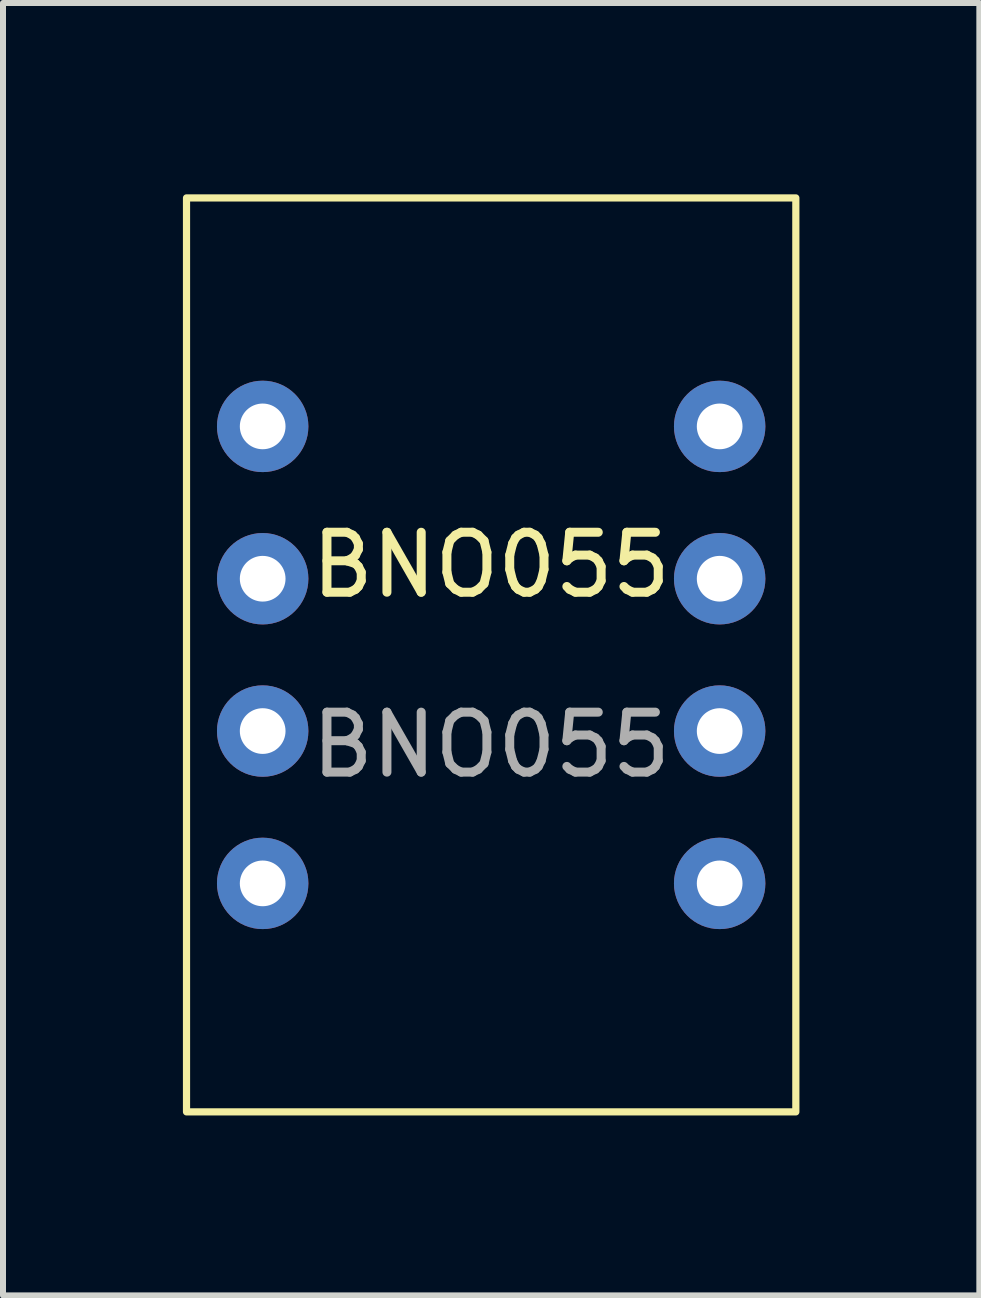
<source format=kicad_pcb>
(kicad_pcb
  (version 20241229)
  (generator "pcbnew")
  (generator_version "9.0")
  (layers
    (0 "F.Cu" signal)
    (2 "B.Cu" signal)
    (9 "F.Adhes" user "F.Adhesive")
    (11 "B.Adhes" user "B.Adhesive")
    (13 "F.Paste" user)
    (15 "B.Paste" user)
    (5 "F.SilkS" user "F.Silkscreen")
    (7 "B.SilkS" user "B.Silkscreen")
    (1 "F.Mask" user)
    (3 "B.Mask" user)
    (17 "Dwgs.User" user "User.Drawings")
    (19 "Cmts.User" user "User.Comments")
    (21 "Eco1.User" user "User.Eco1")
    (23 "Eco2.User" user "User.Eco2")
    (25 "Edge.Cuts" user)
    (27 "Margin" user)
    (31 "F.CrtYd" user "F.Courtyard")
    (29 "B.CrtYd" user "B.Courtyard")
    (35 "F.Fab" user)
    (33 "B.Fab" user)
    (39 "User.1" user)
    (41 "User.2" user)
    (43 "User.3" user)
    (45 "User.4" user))
  (footprint "BNO055"
    (layer "F.Cu")
    (at 5.14 0.25)
    (property "Reference" "BNO055" (at 0 6.12 0) (unlocked yes) (layer "F.SilkS") (effects (font (size 1 1) (thickness 0.15))))
    (attr through_hole)
    (fp_rect (start -5.08 15.24) (end 5.08 0) (stroke (width 0.12) (type solid)) (fill no) (layer "F.SilkS"))
    (fp_text user "${REFERENCE}" (at 0 9.12 0) (unlocked yes) (layer "F.Fab") (effects (font (size 1 1) (thickness 0.15))))
    (pad "1" thru_hole circle (at -3.81 3.81) (size 1.524 1.524) (drill 0.762) (layers "*.Cu" "*.Mask"))
    (pad "2" thru_hole circle (at -3.81 6.35) (size 1.524 1.524) (drill 0.762) (layers "*.Cu" "*.Mask"))
    (pad "3" thru_hole circle (at -3.81 8.89) (size 1.524 1.524) (drill 0.762) (layers "*.Cu" "*.Mask"))
    (pad "4" thru_hole circle (at -3.81 11.43) (size 1.524 1.524) (drill 0.762) (layers "*.Cu" "*.Mask"))
    (pad "5" thru_hole circle (at 3.81 3.81) (size 1.524 1.524) (drill 0.762) (layers "*.Cu" "*.Mask"))
    (pad "6" thru_hole circle (at 3.81 6.35) (size 1.524 1.524) (drill 0.762) (layers "*.Cu" "*.Mask"))
    (pad "7" thru_hole circle (at 3.81 8.89) (size 1.524 1.524) (drill 0.762) (layers "*.Cu" "*.Mask"))
    (pad "8" thru_hole circle (at 3.81 11.43) (size 1.524 1.524) (drill 0.762) (layers "*.Cu" "*.Mask")))
  (gr_rect
    (start -3 -3)
    (end 13.28 18.55)
    (stroke (width 0.1) (type default))
    (fill no)
    (layer "Edge.Cuts")))
</source>
